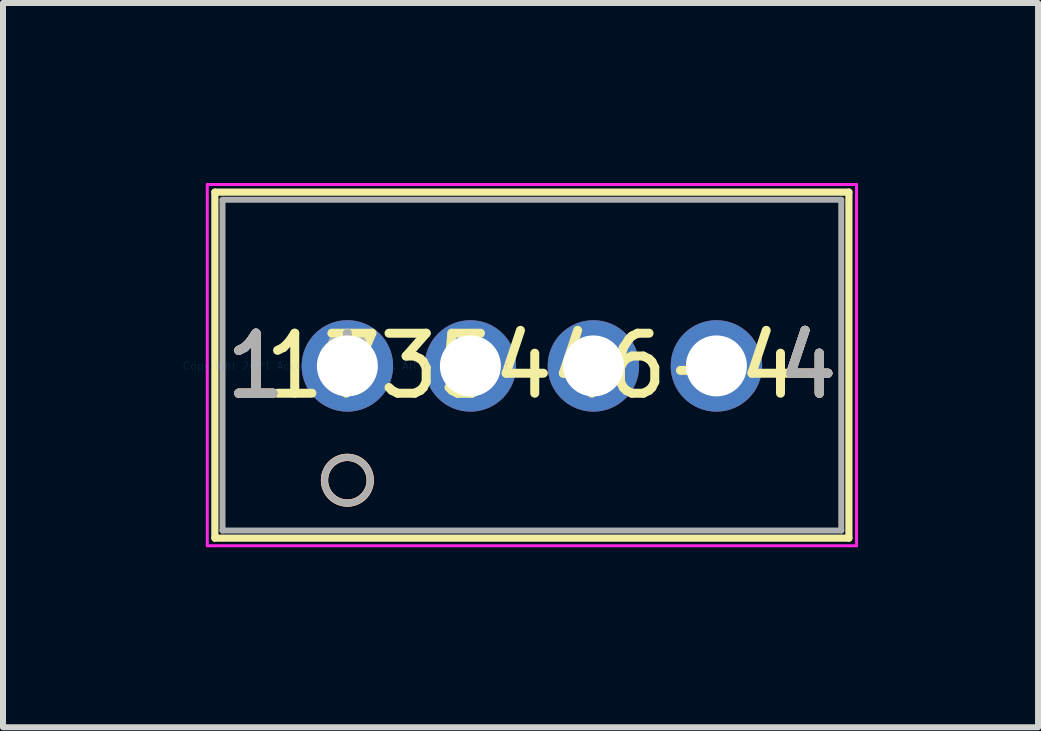
<source format=kicad_pcb>
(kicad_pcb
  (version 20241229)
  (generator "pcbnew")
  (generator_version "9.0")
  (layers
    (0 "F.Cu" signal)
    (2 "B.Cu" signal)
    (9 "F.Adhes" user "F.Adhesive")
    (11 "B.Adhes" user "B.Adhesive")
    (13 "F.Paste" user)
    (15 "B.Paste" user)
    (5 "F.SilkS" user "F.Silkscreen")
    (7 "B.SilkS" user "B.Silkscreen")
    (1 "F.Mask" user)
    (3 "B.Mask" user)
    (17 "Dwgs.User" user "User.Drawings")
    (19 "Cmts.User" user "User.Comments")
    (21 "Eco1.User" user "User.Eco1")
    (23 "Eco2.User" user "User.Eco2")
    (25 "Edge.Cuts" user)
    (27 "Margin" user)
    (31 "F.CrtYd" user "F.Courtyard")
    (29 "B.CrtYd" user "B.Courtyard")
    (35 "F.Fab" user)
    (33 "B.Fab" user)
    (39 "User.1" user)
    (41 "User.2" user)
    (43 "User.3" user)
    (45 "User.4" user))
  (footprint "1735446-4"
    (layer "F.Cu")
    (at 2.739 3.048)
    (property "Reference" "1735446-4" (at 3.075 0 0) (layer "F.SilkS") (effects (font (size 1 1) (thickness 0.15))))
    (attr through_hole)
    (fp_line (start -2.208 -2.896) (end -2.208 2.87) (stroke (width 0.12) (type solid)) (layer "F.SilkS"))
    (fp_line (start -2.208 2.87) (end 8.358 2.87) (stroke (width 0.12) (type solid)) (layer "F.SilkS"))
    (fp_line (start 8.358 -2.896) (end -2.208 -2.896) (stroke (width 0.12) (type solid)) (layer "F.SilkS"))
    (fp_line (start 8.358 2.87) (end 8.358 -2.896) (stroke (width 0.12) (type solid)) (layer "F.SilkS"))
    (fp_circle (center 0 1.905) (end 0.381 1.905) (stroke (width 0.12) (type solid)) (fill no) (layer "F.SilkS"))
    (fp_circle (center 0 1.905) (end 0.381 1.905) (stroke (width 0.12) (type solid)) (fill no) (layer "B.SilkS"))
    (fp_line (start -2.335 -3.023) (end -2.335 2.997) (stroke (width 0.05) (type solid)) (layer "F.CrtYd"))
    (fp_line (start -2.335 2.997) (end 8.485 2.997) (stroke (width 0.05) (type solid)) (layer "F.CrtYd"))
    (fp_line (start 8.485 -3.023) (end -2.335 -3.023) (stroke (width 0.05) (type solid)) (layer "F.CrtYd"))
    (fp_line (start 8.485 2.997) (end 8.485 -3.023) (stroke (width 0.05) (type solid)) (layer "F.CrtYd"))
    (fp_line (start -2.081 -2.769) (end -2.081 2.743) (stroke (width 0.1) (type solid)) (layer "F.Fab"))
    (fp_line (start -2.081 2.743) (end 8.231 2.743) (stroke (width 0.1) (type solid)) (layer "F.Fab"))
    (fp_line (start 8.231 -2.769) (end -2.081 -2.769) (stroke (width 0.1) (type solid)) (layer "F.Fab"))
    (fp_line (start 8.231 2.743) (end 8.231 -2.769) (stroke (width 0.1) (type solid)) (layer "F.Fab"))
    (fp_circle (center 0 1.905) (end 0.381 1.905) (stroke (width 0.1) (type solid)) (fill no) (layer "F.Fab"))
    (fp_text user "4" (at 7.674 0 0) (layer "F.SilkS") (effects (font (size 1 1) (thickness 0.15))))
    (fp_text user "4" (at 7.674 0 0) (layer "F.SilkS") (effects (font (size 1 1) (thickness 0.15))))
    (fp_text user "1" (at -1.524 0 0) (layer "F.SilkS") (effects (font (size 1 1) (thickness 0.15))))
    (fp_text user "1" (at -1.524 0 0) (layer "F.SilkS") (effects (font (size 1 1) (thickness 0.15))))
    (fp_text user "*" (at 0 0 0) (layer "F.SilkS") (effects (font (size 1 1) (thickness 0.15))))
    (fp_text user "4" (at 7.674 0 0) (layer "B.SilkS") (effects (font (size 1 1) (thickness 0.15))))
    (fp_text user "1" (at -1.524 0 0) (layer "B.SilkS") (effects (font (size 1 1) (thickness 0.15))))
    (fp_text user "4" (at 7.674 0 0) (layer "B.SilkS") (effects (font (size 1 1) (thickness 0.15))))
    (fp_text user "1" (at -1.524 0 0) (layer "B.SilkS") (effects (font (size 1 1) (thickness 0.15))))
    (fp_text user "Copyright 2021 Accelerated Designs. All rights reserved." (at 0 0 0) (layer "Cmts.User") (effects (font (size 0.127 0.127) (thickness 0.002))))
    (fp_text user "4" (at 7.674 0 0) (layer "F.Fab") (effects (font (size 1 1) (thickness 0.15))))
    (fp_text user "*" (at 0 0 0) (layer "F.Fab") (effects (font (size 1 1) (thickness 0.15))))
    (fp_text user "4" (at 7.674 0 0) (layer "F.Fab") (effects (font (size 1 1) (thickness 0.15))))
    (fp_text user "1" (at -1.524 0 0) (layer "F.Fab") (effects (font (size 1 1) (thickness 0.15))))
    (fp_text user "1" (at -1.524 0 0) (layer "F.Fab") (effects (font (size 1 1) (thickness 0.15))))
    (pad "1" thru_hole circle (at 0 0) (size 1.524 1.524) (drill 1.016) (layers "*.Cu" "*.Mask"))
    (pad "2" thru_hole circle (at 2.05 0) (size 1.524 1.524) (drill 1.016) (layers "*.Cu" "*.Mask"))
    (pad "3" thru_hole circle (at 4.1 0) (size 1.524 1.524) (drill 1.016) (layers "*.Cu" "*.Mask"))
    (pad "4" thru_hole circle (at 6.15 0) (size 1.524 1.524) (drill 1.016) (layers "*.Cu" "*.Mask")))
  (gr_rect
    (start -3 -3)
    (end 14.249 9.07)
    (stroke (width 0.1) (type default))
    (fill no)
    (layer "Edge.Cuts")))
</source>
